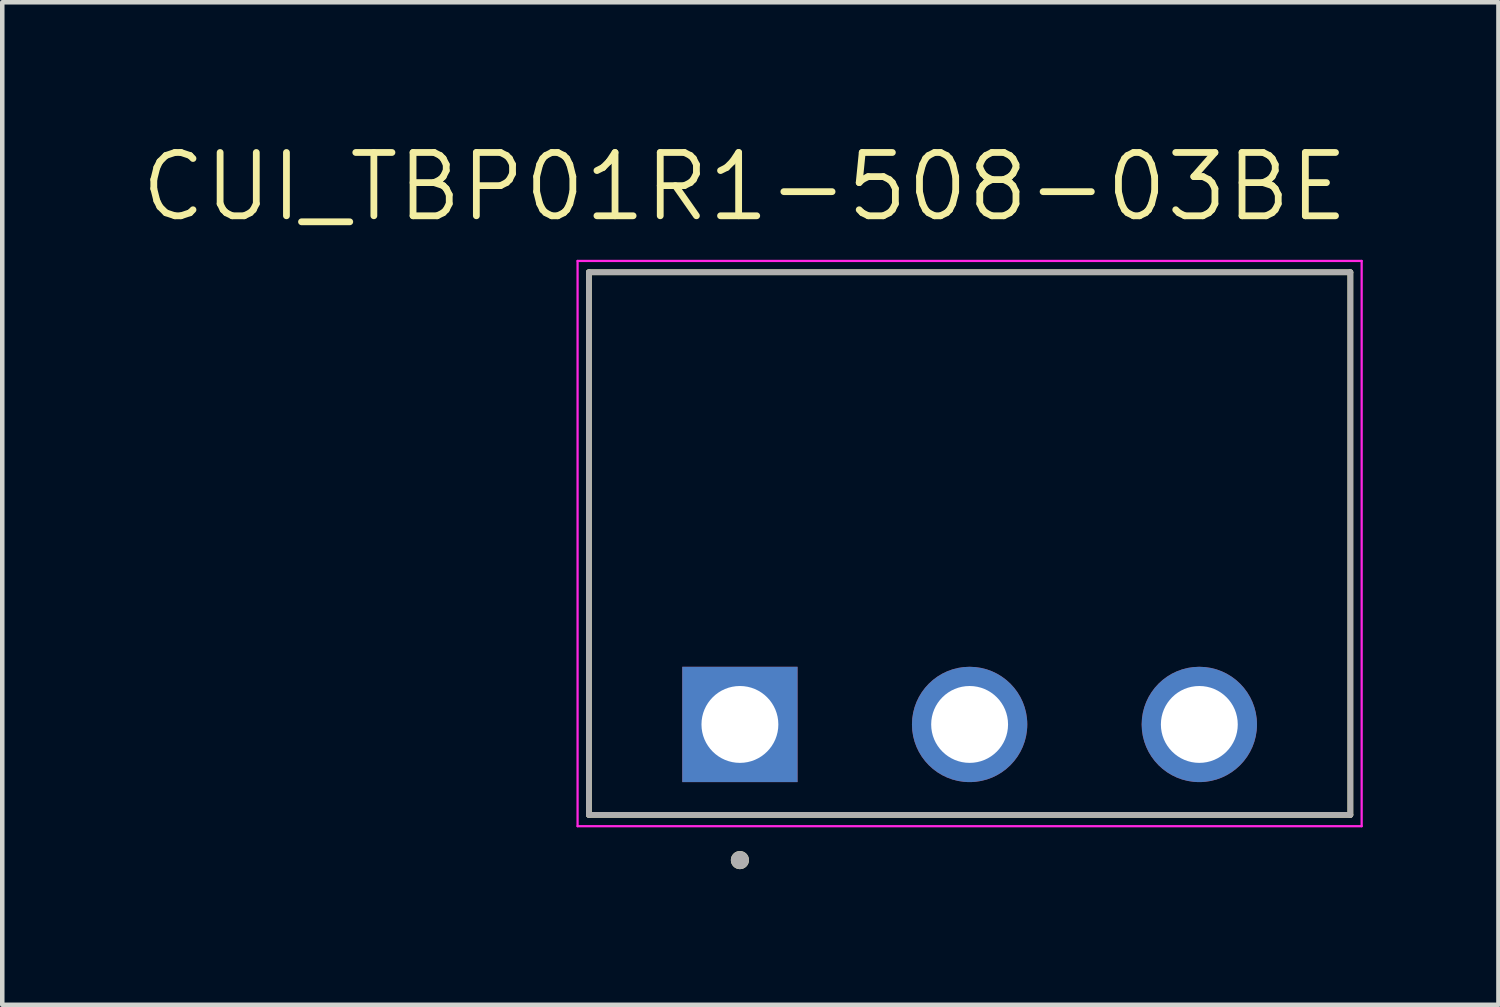
<source format=kicad_pcb>
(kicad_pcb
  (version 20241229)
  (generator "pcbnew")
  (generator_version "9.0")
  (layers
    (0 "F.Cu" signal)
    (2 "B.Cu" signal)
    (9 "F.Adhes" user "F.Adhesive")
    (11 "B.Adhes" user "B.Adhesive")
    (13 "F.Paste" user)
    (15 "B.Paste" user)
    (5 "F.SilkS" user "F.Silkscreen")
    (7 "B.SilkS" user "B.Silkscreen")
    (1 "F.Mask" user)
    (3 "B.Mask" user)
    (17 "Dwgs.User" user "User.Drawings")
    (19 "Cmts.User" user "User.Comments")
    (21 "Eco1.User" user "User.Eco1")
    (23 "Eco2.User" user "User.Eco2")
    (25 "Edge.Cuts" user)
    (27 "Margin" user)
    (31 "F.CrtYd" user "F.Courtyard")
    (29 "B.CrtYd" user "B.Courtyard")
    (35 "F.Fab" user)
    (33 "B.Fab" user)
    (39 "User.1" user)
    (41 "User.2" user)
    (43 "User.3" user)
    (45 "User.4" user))
  (footprint "CUI_TBP01R1-508-03BE"
    (layer "F.Cu")
    (at 13.313 12.971)
    (property "Reference" "CUI_TBP01R1-508-03BE" (at 0.105 -11.889 0) (layer "F.SilkS") (effects (font (size 1.4 1.4) (thickness 0.15))))
    (attr through_hole)
    (fp_line (start -3.34 -10) (end 13.5 -10) (stroke (width 0.127) (type solid)) (layer "F.SilkS"))
    (fp_line (start -3.34 2) (end -3.34 -10) (stroke (width 0.127) (type solid)) (layer "F.SilkS"))
    (fp_line (start 13.5 -10) (end 13.5 2) (stroke (width 0.127) (type solid)) (layer "F.SilkS"))
    (fp_line (start 13.5 2) (end -3.34 2) (stroke (width 0.127) (type solid)) (layer "F.SilkS"))
    (fp_circle (center 0 3) (end 0.1 3) (stroke (width 0.2) (type solid)) (fill no) (layer "F.SilkS"))
    (fp_line (start -3.59 -10.25) (end 13.75 -10.25) (stroke (width 0.05) (type solid)) (layer "F.CrtYd"))
    (fp_line (start -3.59 2.25) (end -3.59 -10.25) (stroke (width 0.05) (type solid)) (layer "F.CrtYd"))
    (fp_line (start 13.75 -10.25) (end 13.75 2.25) (stroke (width 0.05) (type solid)) (layer "F.CrtYd"))
    (fp_line (start 13.75 2.25) (end -3.59 2.25) (stroke (width 0.05) (type solid)) (layer "F.CrtYd"))
    (fp_line (start -3.34 -10) (end 13.5 -10) (stroke (width 0.127) (type solid)) (layer "F.Fab"))
    (fp_line (start -3.34 2) (end -3.34 -10) (stroke (width 0.127) (type solid)) (layer "F.Fab"))
    (fp_line (start 13.5 -10) (end 13.5 2) (stroke (width 0.127) (type solid)) (layer "F.Fab"))
    (fp_line (start 13.5 2) (end -3.34 2) (stroke (width 0.127) (type solid)) (layer "F.Fab"))
    (fp_circle (center 0 3) (end 0.1 3) (stroke (width 0.2) (type solid)) (fill no) (layer "F.Fab"))
    (pad "1" thru_hole rect (at 0 0) (size 2.55 2.55) (drill 1.7) (layers "*.Cu" "*.Mask"))
    (pad "2" thru_hole circle (at 5.08 0) (size 2.55 2.55) (drill 1.7) (layers "*.Cu" "*.Mask"))
    (pad "3" thru_hole circle (at 10.16 0) (size 2.55 2.55) (drill 1.7) (layers "*.Cu" "*.Mask")))
  (gr_rect
    (start -3 -3)
    (end 30.088 19.171)
    (stroke (width 0.1) (type default))
    (fill no)
    (layer "Edge.Cuts")))
</source>
